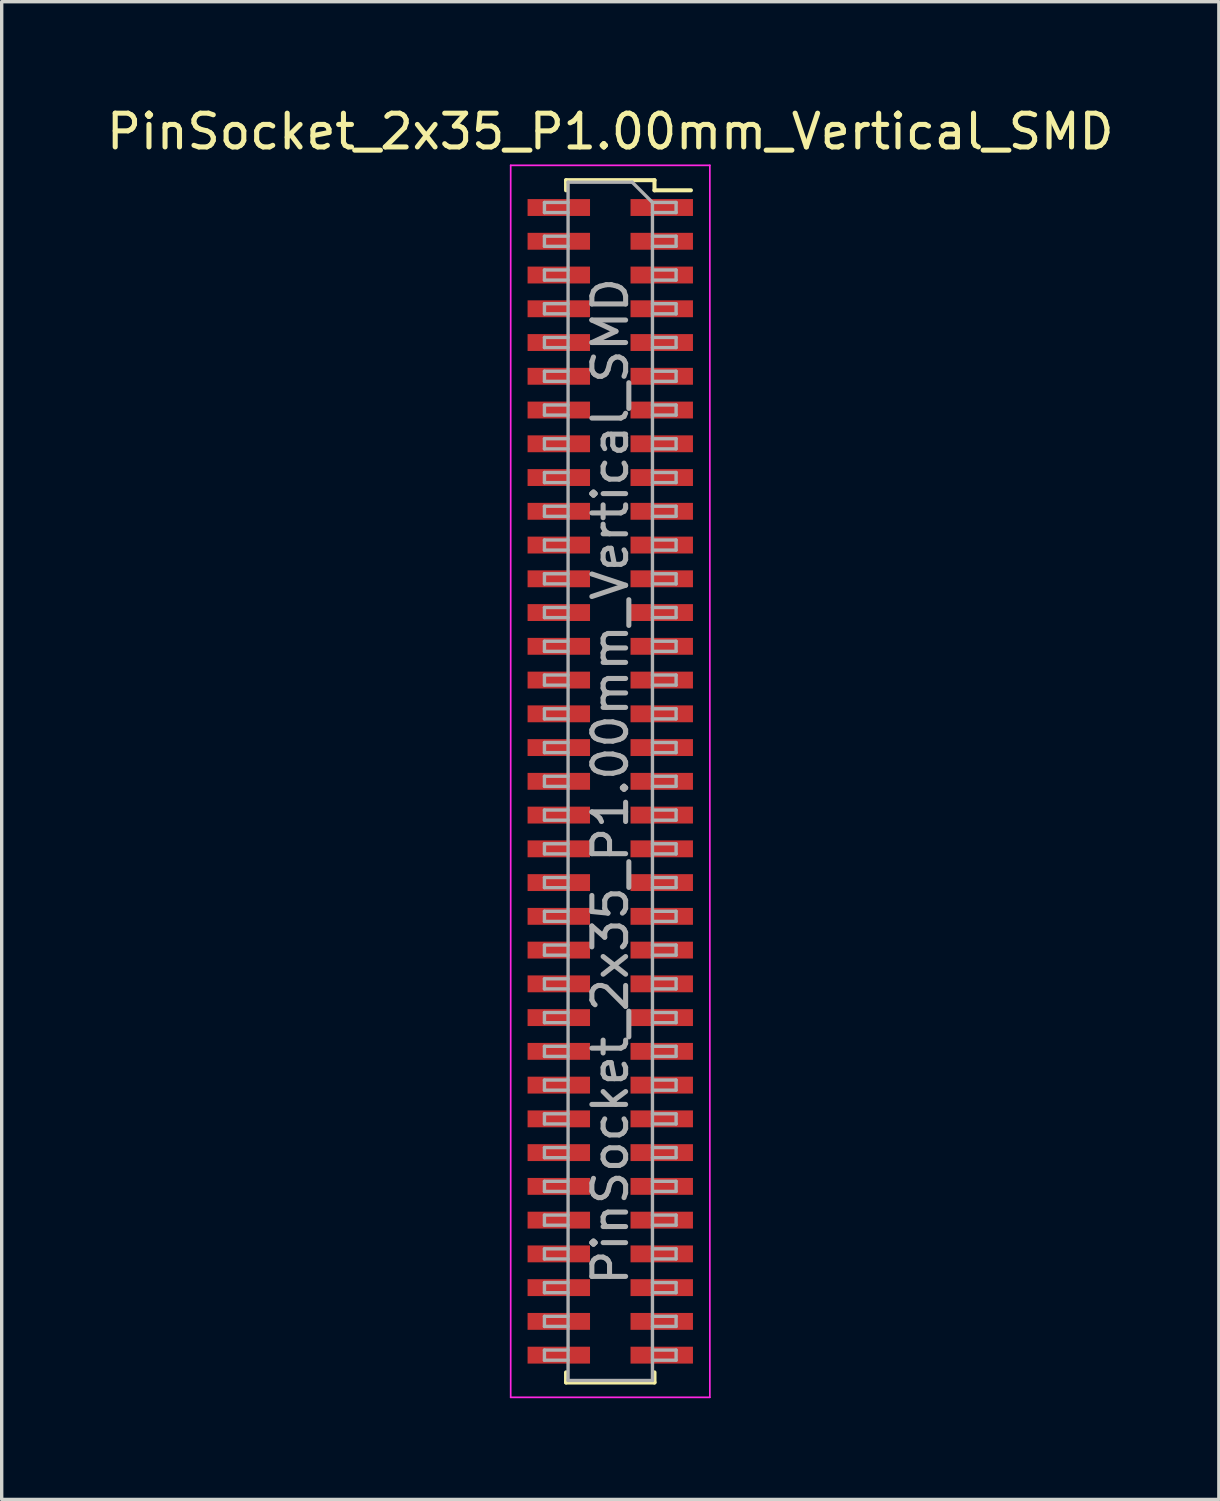
<source format=kicad_pcb>
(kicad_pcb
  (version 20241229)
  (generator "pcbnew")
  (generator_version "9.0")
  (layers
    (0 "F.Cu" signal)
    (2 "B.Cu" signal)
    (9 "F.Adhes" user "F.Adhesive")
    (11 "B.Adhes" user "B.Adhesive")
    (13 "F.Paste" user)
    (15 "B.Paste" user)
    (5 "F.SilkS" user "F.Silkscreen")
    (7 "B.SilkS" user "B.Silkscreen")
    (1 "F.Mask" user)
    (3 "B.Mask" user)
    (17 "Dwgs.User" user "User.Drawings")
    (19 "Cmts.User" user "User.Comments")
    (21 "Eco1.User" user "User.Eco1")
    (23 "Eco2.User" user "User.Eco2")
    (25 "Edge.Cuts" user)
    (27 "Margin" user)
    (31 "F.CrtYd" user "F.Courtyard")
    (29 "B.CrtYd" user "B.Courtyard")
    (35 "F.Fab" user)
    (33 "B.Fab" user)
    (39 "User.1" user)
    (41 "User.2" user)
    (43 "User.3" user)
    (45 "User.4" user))
  (footprint "PinSocket_2x35_P1.00mm_Vertical_SMD"
    (layer "F.Cu")
    (at 15.03 20.098)
    (property "Reference" "PinSocket_2x35_P1.00mm_Vertical_SMD" (at 0 -19.25 0) (layer "F.SilkS") (effects (font (size 1 1) (thickness 0.15))))
    (attr smd)
    (fp_line (start -1.31 -17.81) (end -1.31 -17.51) (stroke (width 0.12) (type solid)) (layer "F.SilkS"))
    (fp_line (start -1.31 -17.81) (end 1.31 -17.81) (stroke (width 0.12) (type solid)) (layer "F.SilkS"))
    (fp_line (start -1.31 17.51) (end -1.31 17.81) (stroke (width 0.12) (type solid)) (layer "F.SilkS"))
    (fp_line (start -1.31 17.81) (end 1.31 17.81) (stroke (width 0.12) (type solid)) (layer "F.SilkS"))
    (fp_line (start 1.31 -17.81) (end 1.31 -17.51) (stroke (width 0.12) (type solid)) (layer "F.SilkS"))
    (fp_line (start 1.31 -17.51) (end 2.39 -17.51) (stroke (width 0.12) (type solid)) (layer "F.SilkS"))
    (fp_line (start 1.31 17.51) (end 1.31 17.81) (stroke (width 0.12) (type solid)) (layer "F.SilkS"))
    (fp_line (start -2.95 -18.25) (end 2.95 -18.25) (stroke (width 0.05) (type solid)) (layer "F.CrtYd"))
    (fp_line (start -2.95 18.25) (end -2.95 -18.25) (stroke (width 0.05) (type solid)) (layer "F.CrtYd"))
    (fp_line (start 2.95 -18.25) (end 2.95 18.25) (stroke (width 0.05) (type solid)) (layer "F.CrtYd"))
    (fp_line (start 2.95 18.25) (end -2.95 18.25) (stroke (width 0.05) (type solid)) (layer "F.CrtYd"))
    (fp_line (start -1.95 -17.15) (end -1.25 -17.15) (stroke (width 0.1) (type solid)) (layer "F.Fab"))
    (fp_line (start -1.95 -16.85) (end -1.95 -17.15) (stroke (width 0.1) (type solid)) (layer "F.Fab"))
    (fp_line (start -1.95 -16.15) (end -1.25 -16.15) (stroke (width 0.1) (type solid)) (layer "F.Fab"))
    (fp_line (start -1.95 -15.85) (end -1.95 -16.15) (stroke (width 0.1) (type solid)) (layer "F.Fab"))
    (fp_line (start -1.95 -15.15) (end -1.25 -15.15) (stroke (width 0.1) (type solid)) (layer "F.Fab"))
    (fp_line (start -1.95 -14.85) (end -1.95 -15.15) (stroke (width 0.1) (type solid)) (layer "F.Fab"))
    (fp_line (start -1.95 -14.15) (end -1.25 -14.15) (stroke (width 0.1) (type solid)) (layer "F.Fab"))
    (fp_line (start -1.95 -13.85) (end -1.95 -14.15) (stroke (width 0.1) (type solid)) (layer "F.Fab"))
    (fp_line (start -1.95 -13.15) (end -1.25 -13.15) (stroke (width 0.1) (type solid)) (layer "F.Fab"))
    (fp_line (start -1.95 -12.85) (end -1.95 -13.15) (stroke (width 0.1) (type solid)) (layer "F.Fab"))
    (fp_line (start -1.95 -12.15) (end -1.25 -12.15) (stroke (width 0.1) (type solid)) (layer "F.Fab"))
    (fp_line (start -1.95 -11.85) (end -1.95 -12.15) (stroke (width 0.1) (type solid)) (layer "F.Fab"))
    (fp_line (start -1.95 -11.15) (end -1.25 -11.15) (stroke (width 0.1) (type solid)) (layer "F.Fab"))
    (fp_line (start -1.95 -10.85) (end -1.95 -11.15) (stroke (width 0.1) (type solid)) (layer "F.Fab"))
    (fp_line (start -1.95 -10.15) (end -1.25 -10.15) (stroke (width 0.1) (type solid)) (layer "F.Fab"))
    (fp_line (start -1.95 -9.85) (end -1.95 -10.15) (stroke (width 0.1) (type solid)) (layer "F.Fab"))
    (fp_line (start -1.95 -9.15) (end -1.25 -9.15) (stroke (width 0.1) (type solid)) (layer "F.Fab"))
    (fp_line (start -1.95 -8.85) (end -1.95 -9.15) (stroke (width 0.1) (type solid)) (layer "F.Fab"))
    (fp_line (start -1.95 -8.15) (end -1.25 -8.15) (stroke (width 0.1) (type solid)) (layer "F.Fab"))
    (fp_line (start -1.95 -7.85) (end -1.95 -8.15) (stroke (width 0.1) (type solid)) (layer "F.Fab"))
    (fp_line (start -1.95 -7.15) (end -1.25 -7.15) (stroke (width 0.1) (type solid)) (layer "F.Fab"))
    (fp_line (start -1.95 -6.85) (end -1.95 -7.15) (stroke (width 0.1) (type solid)) (layer "F.Fab"))
    (fp_line (start -1.95 -6.15) (end -1.25 -6.15) (stroke (width 0.1) (type solid)) (layer "F.Fab"))
    (fp_line (start -1.95 -5.85) (end -1.95 -6.15) (stroke (width 0.1) (type solid)) (layer "F.Fab"))
    (fp_line (start -1.95 -5.15) (end -1.25 -5.15) (stroke (width 0.1) (type solid)) (layer "F.Fab"))
    (fp_line (start -1.95 -4.85) (end -1.95 -5.15) (stroke (width 0.1) (type solid)) (layer "F.Fab"))
    (fp_line (start -1.95 -4.15) (end -1.25 -4.15) (stroke (width 0.1) (type solid)) (layer "F.Fab"))
    (fp_line (start -1.95 -3.85) (end -1.95 -4.15) (stroke (width 0.1) (type solid)) (layer "F.Fab"))
    (fp_line (start -1.95 -3.15) (end -1.25 -3.15) (stroke (width 0.1) (type solid)) (layer "F.Fab"))
    (fp_line (start -1.95 -2.85) (end -1.95 -3.15) (stroke (width 0.1) (type solid)) (layer "F.Fab"))
    (fp_line (start -1.95 -2.15) (end -1.25 -2.15) (stroke (width 0.1) (type solid)) (layer "F.Fab"))
    (fp_line (start -1.95 -1.85) (end -1.95 -2.15) (stroke (width 0.1) (type solid)) (layer "F.Fab"))
    (fp_line (start -1.95 -1.15) (end -1.25 -1.15) (stroke (width 0.1) (type solid)) (layer "F.Fab"))
    (fp_line (start -1.95 -0.85) (end -1.95 -1.15) (stroke (width 0.1) (type solid)) (layer "F.Fab"))
    (fp_line (start -1.95 -0.15) (end -1.25 -0.15) (stroke (width 0.1) (type solid)) (layer "F.Fab"))
    (fp_line (start -1.95 0.15) (end -1.95 -0.15) (stroke (width 0.1) (type solid)) (layer "F.Fab"))
    (fp_line (start -1.95 0.85) (end -1.25 0.85) (stroke (width 0.1) (type solid)) (layer "F.Fab"))
    (fp_line (start -1.95 1.15) (end -1.95 0.85) (stroke (width 0.1) (type solid)) (layer "F.Fab"))
    (fp_line (start -1.95 1.85) (end -1.25 1.85) (stroke (width 0.1) (type solid)) (layer "F.Fab"))
    (fp_line (start -1.95 2.15) (end -1.95 1.85) (stroke (width 0.1) (type solid)) (layer "F.Fab"))
    (fp_line (start -1.95 2.85) (end -1.25 2.85) (stroke (width 0.1) (type solid)) (layer "F.Fab"))
    (fp_line (start -1.95 3.15) (end -1.95 2.85) (stroke (width 0.1) (type solid)) (layer "F.Fab"))
    (fp_line (start -1.95 3.85) (end -1.25 3.85) (stroke (width 0.1) (type solid)) (layer "F.Fab"))
    (fp_line (start -1.95 4.15) (end -1.95 3.85) (stroke (width 0.1) (type solid)) (layer "F.Fab"))
    (fp_line (start -1.95 4.85) (end -1.25 4.85) (stroke (width 0.1) (type solid)) (layer "F.Fab"))
    (fp_line (start -1.95 5.15) (end -1.95 4.85) (stroke (width 0.1) (type solid)) (layer "F.Fab"))
    (fp_line (start -1.95 5.85) (end -1.25 5.85) (stroke (width 0.1) (type solid)) (layer "F.Fab"))
    (fp_line (start -1.95 6.15) (end -1.95 5.85) (stroke (width 0.1) (type solid)) (layer "F.Fab"))
    (fp_line (start -1.95 6.85) (end -1.25 6.85) (stroke (width 0.1) (type solid)) (layer "F.Fab"))
    (fp_line (start -1.95 7.15) (end -1.95 6.85) (stroke (width 0.1) (type solid)) (layer "F.Fab"))
    (fp_line (start -1.95 7.85) (end -1.25 7.85) (stroke (width 0.1) (type solid)) (layer "F.Fab"))
    (fp_line (start -1.95 8.15) (end -1.95 7.85) (stroke (width 0.1) (type solid)) (layer "F.Fab"))
    (fp_line (start -1.95 8.85) (end -1.25 8.85) (stroke (width 0.1) (type solid)) (layer "F.Fab"))
    (fp_line (start -1.95 9.15) (end -1.95 8.85) (stroke (width 0.1) (type solid)) (layer "F.Fab"))
    (fp_line (start -1.95 9.85) (end -1.25 9.85) (stroke (width 0.1) (type solid)) (layer "F.Fab"))
    (fp_line (start -1.95 10.15) (end -1.95 9.85) (stroke (width 0.1) (type solid)) (layer "F.Fab"))
    (fp_line (start -1.95 10.85) (end -1.25 10.85) (stroke (width 0.1) (type solid)) (layer "F.Fab"))
    (fp_line (start -1.95 11.15) (end -1.95 10.85) (stroke (width 0.1) (type solid)) (layer "F.Fab"))
    (fp_line (start -1.95 11.85) (end -1.25 11.85) (stroke (width 0.1) (type solid)) (layer "F.Fab"))
    (fp_line (start -1.95 12.15) (end -1.95 11.85) (stroke (width 0.1) (type solid)) (layer "F.Fab"))
    (fp_line (start -1.95 12.85) (end -1.25 12.85) (stroke (width 0.1) (type solid)) (layer "F.Fab"))
    (fp_line (start -1.95 13.15) (end -1.95 12.85) (stroke (width 0.1) (type solid)) (layer "F.Fab"))
    (fp_line (start -1.95 13.85) (end -1.25 13.85) (stroke (width 0.1) (type solid)) (layer "F.Fab"))
    (fp_line (start -1.95 14.15) (end -1.95 13.85) (stroke (width 0.1) (type solid)) (layer "F.Fab"))
    (fp_line (start -1.95 14.85) (end -1.25 14.85) (stroke (width 0.1) (type solid)) (layer "F.Fab"))
    (fp_line (start -1.95 15.15) (end -1.95 14.85) (stroke (width 0.1) (type solid)) (layer "F.Fab"))
    (fp_line (start -1.95 15.85) (end -1.25 15.85) (stroke (width 0.1) (type solid)) (layer "F.Fab"))
    (fp_line (start -1.95 16.15) (end -1.95 15.85) (stroke (width 0.1) (type solid)) (layer "F.Fab"))
    (fp_line (start -1.95 16.85) (end -1.25 16.85) (stroke (width 0.1) (type solid)) (layer "F.Fab"))
    (fp_line (start -1.95 17.15) (end -1.95 16.85) (stroke (width 0.1) (type solid)) (layer "F.Fab"))
    (fp_line (start -1.25 -17.75) (end 0.65 -17.75) (stroke (width 0.1) (type solid)) (layer "F.Fab"))
    (fp_line (start -1.25 -16.85) (end -1.95 -16.85) (stroke (width 0.1) (type solid)) (layer "F.Fab"))
    (fp_line (start -1.25 -15.85) (end -1.95 -15.85) (stroke (width 0.1) (type solid)) (layer "F.Fab"))
    (fp_line (start -1.25 -14.85) (end -1.95 -14.85) (stroke (width 0.1) (type solid)) (layer "F.Fab"))
    (fp_line (start -1.25 -13.85) (end -1.95 -13.85) (stroke (width 0.1) (type solid)) (layer "F.Fab"))
    (fp_line (start -1.25 -12.85) (end -1.95 -12.85) (stroke (width 0.1) (type solid)) (layer "F.Fab"))
    (fp_line (start -1.25 -11.85) (end -1.95 -11.85) (stroke (width 0.1) (type solid)) (layer "F.Fab"))
    (fp_line (start -1.25 -10.85) (end -1.95 -10.85) (stroke (width 0.1) (type solid)) (layer "F.Fab"))
    (fp_line (start -1.25 -9.85) (end -1.95 -9.85) (stroke (width 0.1) (type solid)) (layer "F.Fab"))
    (fp_line (start -1.25 -8.85) (end -1.95 -8.85) (stroke (width 0.1) (type solid)) (layer "F.Fab"))
    (fp_line (start -1.25 -7.85) (end -1.95 -7.85) (stroke (width 0.1) (type solid)) (layer "F.Fab"))
    (fp_line (start -1.25 -6.85) (end -1.95 -6.85) (stroke (width 0.1) (type solid)) (layer "F.Fab"))
    (fp_line (start -1.25 -5.85) (end -1.95 -5.85) (stroke (width 0.1) (type solid)) (layer "F.Fab"))
    (fp_line (start -1.25 -4.85) (end -1.95 -4.85) (stroke (width 0.1) (type solid)) (layer "F.Fab"))
    (fp_line (start -1.25 -3.85) (end -1.95 -3.85) (stroke (width 0.1) (type solid)) (layer "F.Fab"))
    (fp_line (start -1.25 -2.85) (end -1.95 -2.85) (stroke (width 0.1) (type solid)) (layer "F.Fab"))
    (fp_line (start -1.25 -1.85) (end -1.95 -1.85) (stroke (width 0.1) (type solid)) (layer "F.Fab"))
    (fp_line (start -1.25 -0.85) (end -1.95 -0.85) (stroke (width 0.1) (type solid)) (layer "F.Fab"))
    (fp_line (start -1.25 0.15) (end -1.95 0.15) (stroke (width 0.1) (type solid)) (layer "F.Fab"))
    (fp_line (start -1.25 1.15) (end -1.95 1.15) (stroke (width 0.1) (type solid)) (layer "F.Fab"))
    (fp_line (start -1.25 2.15) (end -1.95 2.15) (stroke (width 0.1) (type solid)) (layer "F.Fab"))
    (fp_line (start -1.25 3.15) (end -1.95 3.15) (stroke (width 0.1) (type solid)) (layer "F.Fab"))
    (fp_line (start -1.25 4.15) (end -1.95 4.15) (stroke (width 0.1) (type solid)) (layer "F.Fab"))
    (fp_line (start -1.25 5.15) (end -1.95 5.15) (stroke (width 0.1) (type solid)) (layer "F.Fab"))
    (fp_line (start -1.25 6.15) (end -1.95 6.15) (stroke (width 0.1) (type solid)) (layer "F.Fab"))
    (fp_line (start -1.25 7.15) (end -1.95 7.15) (stroke (width 0.1) (type solid)) (layer "F.Fab"))
    (fp_line (start -1.25 8.15) (end -1.95 8.15) (stroke (width 0.1) (type solid)) (layer "F.Fab"))
    (fp_line (start -1.25 9.15) (end -1.95 9.15) (stroke (width 0.1) (type solid)) (layer "F.Fab"))
    (fp_line (start -1.25 10.15) (end -1.95 10.15) (stroke (width 0.1) (type solid)) (layer "F.Fab"))
    (fp_line (start -1.25 11.15) (end -1.95 11.15) (stroke (width 0.1) (type solid)) (layer "F.Fab"))
    (fp_line (start -1.25 12.15) (end -1.95 12.15) (stroke (width 0.1) (type solid)) (layer "F.Fab"))
    (fp_line (start -1.25 13.15) (end -1.95 13.15) (stroke (width 0.1) (type solid)) (layer "F.Fab"))
    (fp_line (start -1.25 14.15) (end -1.95 14.15) (stroke (width 0.1) (type solid)) (layer "F.Fab"))
    (fp_line (start -1.25 15.15) (end -1.95 15.15) (stroke (width 0.1) (type solid)) (layer "F.Fab"))
    (fp_line (start -1.25 16.15) (end -1.95 16.15) (stroke (width 0.1) (type solid)) (layer "F.Fab"))
    (fp_line (start -1.25 17.15) (end -1.95 17.15) (stroke (width 0.1) (type solid)) (layer "F.Fab"))
    (fp_line (start -1.25 17.75) (end -1.25 -17.75) (stroke (width 0.1) (type solid)) (layer "F.Fab"))
    (fp_line (start 0.65 -17.75) (end 1.25 -17.15) (stroke (width 0.1) (type solid)) (layer "F.Fab"))
    (fp_line (start 1.25 -17.15) (end 1.25 17.75) (stroke (width 0.1) (type solid)) (layer "F.Fab"))
    (fp_line (start 1.25 -17.15) (end 1.95 -17.15) (stroke (width 0.1) (type solid)) (layer "F.Fab"))
    (fp_line (start 1.25 -16.15) (end 1.95 -16.15) (stroke (width 0.1) (type solid)) (layer "F.Fab"))
    (fp_line (start 1.25 -15.15) (end 1.95 -15.15) (stroke (width 0.1) (type solid)) (layer "F.Fab"))
    (fp_line (start 1.25 -14.15) (end 1.95 -14.15) (stroke (width 0.1) (type solid)) (layer "F.Fab"))
    (fp_line (start 1.25 -13.15) (end 1.95 -13.15) (stroke (width 0.1) (type solid)) (layer "F.Fab"))
    (fp_line (start 1.25 -12.15) (end 1.95 -12.15) (stroke (width 0.1) (type solid)) (layer "F.Fab"))
    (fp_line (start 1.25 -11.15) (end 1.95 -11.15) (stroke (width 0.1) (type solid)) (layer "F.Fab"))
    (fp_line (start 1.25 -10.15) (end 1.95 -10.15) (stroke (width 0.1) (type solid)) (layer "F.Fab"))
    (fp_line (start 1.25 -9.15) (end 1.95 -9.15) (stroke (width 0.1) (type solid)) (layer "F.Fab"))
    (fp_line (start 1.25 -8.15) (end 1.95 -8.15) (stroke (width 0.1) (type solid)) (layer "F.Fab"))
    (fp_line (start 1.25 -7.15) (end 1.95 -7.15) (stroke (width 0.1) (type solid)) (layer "F.Fab"))
    (fp_line (start 1.25 -6.15) (end 1.95 -6.15) (stroke (width 0.1) (type solid)) (layer "F.Fab"))
    (fp_line (start 1.25 -5.15) (end 1.95 -5.15) (stroke (width 0.1) (type solid)) (layer "F.Fab"))
    (fp_line (start 1.25 -4.15) (end 1.95 -4.15) (stroke (width 0.1) (type solid)) (layer "F.Fab"))
    (fp_line (start 1.25 -3.15) (end 1.95 -3.15) (stroke (width 0.1) (type solid)) (layer "F.Fab"))
    (fp_line (start 1.25 -2.15) (end 1.95 -2.15) (stroke (width 0.1) (type solid)) (layer "F.Fab"))
    (fp_line (start 1.25 -1.15) (end 1.95 -1.15) (stroke (width 0.1) (type solid)) (layer "F.Fab"))
    (fp_line (start 1.25 -0.15) (end 1.95 -0.15) (stroke (width 0.1) (type solid)) (layer "F.Fab"))
    (fp_line (start 1.25 0.85) (end 1.95 0.85) (stroke (width 0.1) (type solid)) (layer "F.Fab"))
    (fp_line (start 1.25 1.85) (end 1.95 1.85) (stroke (width 0.1) (type solid)) (layer "F.Fab"))
    (fp_line (start 1.25 2.85) (end 1.95 2.85) (stroke (width 0.1) (type solid)) (layer "F.Fab"))
    (fp_line (start 1.25 3.85) (end 1.95 3.85) (stroke (width 0.1) (type solid)) (layer "F.Fab"))
    (fp_line (start 1.25 4.85) (end 1.95 4.85) (stroke (width 0.1) (type solid)) (layer "F.Fab"))
    (fp_line (start 1.25 5.85) (end 1.95 5.85) (stroke (width 0.1) (type solid)) (layer "F.Fab"))
    (fp_line (start 1.25 6.85) (end 1.95 6.85) (stroke (width 0.1) (type solid)) (layer "F.Fab"))
    (fp_line (start 1.25 7.85) (end 1.95 7.85) (stroke (width 0.1) (type solid)) (layer "F.Fab"))
    (fp_line (start 1.25 8.85) (end 1.95 8.85) (stroke (width 0.1) (type solid)) (layer "F.Fab"))
    (fp_line (start 1.25 9.85) (end 1.95 9.85) (stroke (width 0.1) (type solid)) (layer "F.Fab"))
    (fp_line (start 1.25 10.85) (end 1.95 10.85) (stroke (width 0.1) (type solid)) (layer "F.Fab"))
    (fp_line (start 1.25 11.85) (end 1.95 11.85) (stroke (width 0.1) (type solid)) (layer "F.Fab"))
    (fp_line (start 1.25 12.85) (end 1.95 12.85) (stroke (width 0.1) (type solid)) (layer "F.Fab"))
    (fp_line (start 1.25 13.85) (end 1.95 13.85) (stroke (width 0.1) (type solid)) (layer "F.Fab"))
    (fp_line (start 1.25 14.85) (end 1.95 14.85) (stroke (width 0.1) (type solid)) (layer "F.Fab"))
    (fp_line (start 1.25 15.85) (end 1.95 15.85) (stroke (width 0.1) (type solid)) (layer "F.Fab"))
    (fp_line (start 1.25 16.85) (end 1.95 16.85) (stroke (width 0.1) (type solid)) (layer "F.Fab"))
    (fp_line (start 1.25 17.75) (end -1.25 17.75) (stroke (width 0.1) (type solid)) (layer "F.Fab"))
    (fp_line (start 1.95 -17.15) (end 1.95 -16.85) (stroke (width 0.1) (type solid)) (layer "F.Fab"))
    (fp_line (start 1.95 -16.85) (end 1.25 -16.85) (stroke (width 0.1) (type solid)) (layer "F.Fab"))
    (fp_line (start 1.95 -16.15) (end 1.95 -15.85) (stroke (width 0.1) (type solid)) (layer "F.Fab"))
    (fp_line (start 1.95 -15.85) (end 1.25 -15.85) (stroke (width 0.1) (type solid)) (layer "F.Fab"))
    (fp_line (start 1.95 -15.15) (end 1.95 -14.85) (stroke (width 0.1) (type solid)) (layer "F.Fab"))
    (fp_line (start 1.95 -14.85) (end 1.25 -14.85) (stroke (width 0.1) (type solid)) (layer "F.Fab"))
    (fp_line (start 1.95 -14.15) (end 1.95 -13.85) (stroke (width 0.1) (type solid)) (layer "F.Fab"))
    (fp_line (start 1.95 -13.85) (end 1.25 -13.85) (stroke (width 0.1) (type solid)) (layer "F.Fab"))
    (fp_line (start 1.95 -13.15) (end 1.95 -12.85) (stroke (width 0.1) (type solid)) (layer "F.Fab"))
    (fp_line (start 1.95 -12.85) (end 1.25 -12.85) (stroke (width 0.1) (type solid)) (layer "F.Fab"))
    (fp_line (start 1.95 -12.15) (end 1.95 -11.85) (stroke (width 0.1) (type solid)) (layer "F.Fab"))
    (fp_line (start 1.95 -11.85) (end 1.25 -11.85) (stroke (width 0.1) (type solid)) (layer "F.Fab"))
    (fp_line (start 1.95 -11.15) (end 1.95 -10.85) (stroke (width 0.1) (type solid)) (layer "F.Fab"))
    (fp_line (start 1.95 -10.85) (end 1.25 -10.85) (stroke (width 0.1) (type solid)) (layer "F.Fab"))
    (fp_line (start 1.95 -10.15) (end 1.95 -9.85) (stroke (width 0.1) (type solid)) (layer "F.Fab"))
    (fp_line (start 1.95 -9.85) (end 1.25 -9.85) (stroke (width 0.1) (type solid)) (layer "F.Fab"))
    (fp_line (start 1.95 -9.15) (end 1.95 -8.85) (stroke (width 0.1) (type solid)) (layer "F.Fab"))
    (fp_line (start 1.95 -8.85) (end 1.25 -8.85) (stroke (width 0.1) (type solid)) (layer "F.Fab"))
    (fp_line (start 1.95 -8.15) (end 1.95 -7.85) (stroke (width 0.1) (type solid)) (layer "F.Fab"))
    (fp_line (start 1.95 -7.85) (end 1.25 -7.85) (stroke (width 0.1) (type solid)) (layer "F.Fab"))
    (fp_line (start 1.95 -7.15) (end 1.95 -6.85) (stroke (width 0.1) (type solid)) (layer "F.Fab"))
    (fp_line (start 1.95 -6.85) (end 1.25 -6.85) (stroke (width 0.1) (type solid)) (layer "F.Fab"))
    (fp_line (start 1.95 -6.15) (end 1.95 -5.85) (stroke (width 0.1) (type solid)) (layer "F.Fab"))
    (fp_line (start 1.95 -5.85) (end 1.25 -5.85) (stroke (width 0.1) (type solid)) (layer "F.Fab"))
    (fp_line (start 1.95 -5.15) (end 1.95 -4.85) (stroke (width 0.1) (type solid)) (layer "F.Fab"))
    (fp_line (start 1.95 -4.85) (end 1.25 -4.85) (stroke (width 0.1) (type solid)) (layer "F.Fab"))
    (fp_line (start 1.95 -4.15) (end 1.95 -3.85) (stroke (width 0.1) (type solid)) (layer "F.Fab"))
    (fp_line (start 1.95 -3.85) (end 1.25 -3.85) (stroke (width 0.1) (type solid)) (layer "F.Fab"))
    (fp_line (start 1.95 -3.15) (end 1.95 -2.85) (stroke (width 0.1) (type solid)) (layer "F.Fab"))
    (fp_line (start 1.95 -2.85) (end 1.25 -2.85) (stroke (width 0.1) (type solid)) (layer "F.Fab"))
    (fp_line (start 1.95 -2.15) (end 1.95 -1.85) (stroke (width 0.1) (type solid)) (layer "F.Fab"))
    (fp_line (start 1.95 -1.85) (end 1.25 -1.85) (stroke (width 0.1) (type solid)) (layer "F.Fab"))
    (fp_line (start 1.95 -1.15) (end 1.95 -0.85) (stroke (width 0.1) (type solid)) (layer "F.Fab"))
    (fp_line (start 1.95 -0.85) (end 1.25 -0.85) (stroke (width 0.1) (type solid)) (layer "F.Fab"))
    (fp_line (start 1.95 -0.15) (end 1.95 0.15) (stroke (width 0.1) (type solid)) (layer "F.Fab"))
    (fp_line (start 1.95 0.15) (end 1.25 0.15) (stroke (width 0.1) (type solid)) (layer "F.Fab"))
    (fp_line (start 1.95 0.85) (end 1.95 1.15) (stroke (width 0.1) (type solid)) (layer "F.Fab"))
    (fp_line (start 1.95 1.15) (end 1.25 1.15) (stroke (width 0.1) (type solid)) (layer "F.Fab"))
    (fp_line (start 1.95 1.85) (end 1.95 2.15) (stroke (width 0.1) (type solid)) (layer "F.Fab"))
    (fp_line (start 1.95 2.15) (end 1.25 2.15) (stroke (width 0.1) (type solid)) (layer "F.Fab"))
    (fp_line (start 1.95 2.85) (end 1.95 3.15) (stroke (width 0.1) (type solid)) (layer "F.Fab"))
    (fp_line (start 1.95 3.15) (end 1.25 3.15) (stroke (width 0.1) (type solid)) (layer "F.Fab"))
    (fp_line (start 1.95 3.85) (end 1.95 4.15) (stroke (width 0.1) (type solid)) (layer "F.Fab"))
    (fp_line (start 1.95 4.15) (end 1.25 4.15) (stroke (width 0.1) (type solid)) (layer "F.Fab"))
    (fp_line (start 1.95 4.85) (end 1.95 5.15) (stroke (width 0.1) (type solid)) (layer "F.Fab"))
    (fp_line (start 1.95 5.15) (end 1.25 5.15) (stroke (width 0.1) (type solid)) (layer "F.Fab"))
    (fp_line (start 1.95 5.85) (end 1.95 6.15) (stroke (width 0.1) (type solid)) (layer "F.Fab"))
    (fp_line (start 1.95 6.15) (end 1.25 6.15) (stroke (width 0.1) (type solid)) (layer "F.Fab"))
    (fp_line (start 1.95 6.85) (end 1.95 7.15) (stroke (width 0.1) (type solid)) (layer "F.Fab"))
    (fp_line (start 1.95 7.15) (end 1.25 7.15) (stroke (width 0.1) (type solid)) (layer "F.Fab"))
    (fp_line (start 1.95 7.85) (end 1.95 8.15) (stroke (width 0.1) (type solid)) (layer "F.Fab"))
    (fp_line (start 1.95 8.15) (end 1.25 8.15) (stroke (width 0.1) (type solid)) (layer "F.Fab"))
    (fp_line (start 1.95 8.85) (end 1.95 9.15) (stroke (width 0.1) (type solid)) (layer "F.Fab"))
    (fp_line (start 1.95 9.15) (end 1.25 9.15) (stroke (width 0.1) (type solid)) (layer "F.Fab"))
    (fp_line (start 1.95 9.85) (end 1.95 10.15) (stroke (width 0.1) (type solid)) (layer "F.Fab"))
    (fp_line (start 1.95 10.15) (end 1.25 10.15) (stroke (width 0.1) (type solid)) (layer "F.Fab"))
    (fp_line (start 1.95 10.85) (end 1.95 11.15) (stroke (width 0.1) (type solid)) (layer "F.Fab"))
    (fp_line (start 1.95 11.15) (end 1.25 11.15) (stroke (width 0.1) (type solid)) (layer "F.Fab"))
    (fp_line (start 1.95 11.85) (end 1.95 12.15) (stroke (width 0.1) (type solid)) (layer "F.Fab"))
    (fp_line (start 1.95 12.15) (end 1.25 12.15) (stroke (width 0.1) (type solid)) (layer "F.Fab"))
    (fp_line (start 1.95 12.85) (end 1.95 13.15) (stroke (width 0.1) (type solid)) (layer "F.Fab"))
    (fp_line (start 1.95 13.15) (end 1.25 13.15) (stroke (width 0.1) (type solid)) (layer "F.Fab"))
    (fp_line (start 1.95 13.85) (end 1.95 14.15) (stroke (width 0.1) (type solid)) (layer "F.Fab"))
    (fp_line (start 1.95 14.15) (end 1.25 14.15) (stroke (width 0.1) (type solid)) (layer "F.Fab"))
    (fp_line (start 1.95 14.85) (end 1.95 15.15) (stroke (width 0.1) (type solid)) (layer "F.Fab"))
    (fp_line (start 1.95 15.15) (end 1.25 15.15) (stroke (width 0.1) (type solid)) (layer "F.Fab"))
    (fp_line (start 1.95 15.85) (end 1.95 16.15) (stroke (width 0.1) (type solid)) (layer "F.Fab"))
    (fp_line (start 1.95 16.15) (end 1.25 16.15) (stroke (width 0.1) (type solid)) (layer "F.Fab"))
    (fp_line (start 1.95 16.85) (end 1.95 17.15) (stroke (width 0.1) (type solid)) (layer "F.Fab"))
    (fp_line (start 1.95 17.15) (end 1.25 17.15) (stroke (width 0.1) (type solid)) (layer "F.Fab"))
    (fp_text user "${REFERENCE}" (at 0 0 90) (layer "F.Fab") (effects (font (size 1 1) (thickness 0.15))))
    (pad "1" smd rect (at 1.525 -17) (size 1.85 0.5) (layers "F.Cu" "F.Mask" "F.Paste"))
    (pad "2" smd rect (at -1.525 -17) (size 1.85 0.5) (layers "F.Cu" "F.Mask" "F.Paste"))
    (pad "3" smd rect (at 1.525 -16) (size 1.85 0.5) (layers "F.Cu" "F.Mask" "F.Paste"))
    (pad "4" smd rect (at -1.525 -16) (size 1.85 0.5) (layers "F.Cu" "F.Mask" "F.Paste"))
    (pad "5" smd rect (at 1.525 -15) (size 1.85 0.5) (layers "F.Cu" "F.Mask" "F.Paste"))
    (pad "6" smd rect (at -1.525 -15) (size 1.85 0.5) (layers "F.Cu" "F.Mask" "F.Paste"))
    (pad "7" smd rect (at 1.525 -14) (size 1.85 0.5) (layers "F.Cu" "F.Mask" "F.Paste"))
    (pad "8" smd rect (at -1.525 -14) (size 1.85 0.5) (layers "F.Cu" "F.Mask" "F.Paste"))
    (pad "9" smd rect (at 1.525 -13) (size 1.85 0.5) (layers "F.Cu" "F.Mask" "F.Paste"))
    (pad "10" smd rect (at -1.525 -13) (size 1.85 0.5) (layers "F.Cu" "F.Mask" "F.Paste"))
    (pad "11" smd rect (at 1.525 -12) (size 1.85 0.5) (layers "F.Cu" "F.Mask" "F.Paste"))
    (pad "12" smd rect (at -1.525 -12) (size 1.85 0.5) (layers "F.Cu" "F.Mask" "F.Paste"))
    (pad "13" smd rect (at 1.525 -11) (size 1.85 0.5) (layers "F.Cu" "F.Mask" "F.Paste"))
    (pad "14" smd rect (at -1.525 -11) (size 1.85 0.5) (layers "F.Cu" "F.Mask" "F.Paste"))
    (pad "15" smd rect (at 1.525 -10) (size 1.85 0.5) (layers "F.Cu" "F.Mask" "F.Paste"))
    (pad "16" smd rect (at -1.525 -10) (size 1.85 0.5) (layers "F.Cu" "F.Mask" "F.Paste"))
    (pad "17" smd rect (at 1.525 -9) (size 1.85 0.5) (layers "F.Cu" "F.Mask" "F.Paste"))
    (pad "18" smd rect (at -1.525 -9) (size 1.85 0.5) (layers "F.Cu" "F.Mask" "F.Paste"))
    (pad "19" smd rect (at 1.525 -8) (size 1.85 0.5) (layers "F.Cu" "F.Mask" "F.Paste"))
    (pad "20" smd rect (at -1.525 -8) (size 1.85 0.5) (layers "F.Cu" "F.Mask" "F.Paste"))
    (pad "21" smd rect (at 1.525 -7) (size 1.85 0.5) (layers "F.Cu" "F.Mask" "F.Paste"))
    (pad "22" smd rect (at -1.525 -7) (size 1.85 0.5) (layers "F.Cu" "F.Mask" "F.Paste"))
    (pad "23" smd rect (at 1.525 -6) (size 1.85 0.5) (layers "F.Cu" "F.Mask" "F.Paste"))
    (pad "24" smd rect (at -1.525 -6) (size 1.85 0.5) (layers "F.Cu" "F.Mask" "F.Paste"))
    (pad "25" smd rect (at 1.525 -5) (size 1.85 0.5) (layers "F.Cu" "F.Mask" "F.Paste"))
    (pad "26" smd rect (at -1.525 -5) (size 1.85 0.5) (layers "F.Cu" "F.Mask" "F.Paste"))
    (pad "27" smd rect (at 1.525 -4) (size 1.85 0.5) (layers "F.Cu" "F.Mask" "F.Paste"))
    (pad "28" smd rect (at -1.525 -4) (size 1.85 0.5) (layers "F.Cu" "F.Mask" "F.Paste"))
    (pad "29" smd rect (at 1.525 -3) (size 1.85 0.5) (layers "F.Cu" "F.Mask" "F.Paste"))
    (pad "30" smd rect (at -1.525 -3) (size 1.85 0.5) (layers "F.Cu" "F.Mask" "F.Paste"))
    (pad "31" smd rect (at 1.525 -2) (size 1.85 0.5) (layers "F.Cu" "F.Mask" "F.Paste"))
    (pad "32" smd rect (at -1.525 -2) (size 1.85 0.5) (layers "F.Cu" "F.Mask" "F.Paste"))
    (pad "33" smd rect (at 1.525 -1) (size 1.85 0.5) (layers "F.Cu" "F.Mask" "F.Paste"))
    (pad "34" smd rect (at -1.525 -1) (size 1.85 0.5) (layers "F.Cu" "F.Mask" "F.Paste"))
    (pad "35" smd rect (at 1.525 0) (size 1.85 0.5) (layers "F.Cu" "F.Mask" "F.Paste"))
    (pad "36" smd rect (at -1.525 0) (size 1.85 0.5) (layers "F.Cu" "F.Mask" "F.Paste"))
    (pad "37" smd rect (at 1.525 1) (size 1.85 0.5) (layers "F.Cu" "F.Mask" "F.Paste"))
    (pad "38" smd rect (at -1.525 1) (size 1.85 0.5) (layers "F.Cu" "F.Mask" "F.Paste"))
    (pad "39" smd rect (at 1.525 2) (size 1.85 0.5) (layers "F.Cu" "F.Mask" "F.Paste"))
    (pad "40" smd rect (at -1.525 2) (size 1.85 0.5) (layers "F.Cu" "F.Mask" "F.Paste"))
    (pad "41" smd rect (at 1.525 3) (size 1.85 0.5) (layers "F.Cu" "F.Mask" "F.Paste"))
    (pad "42" smd rect (at -1.525 3) (size 1.85 0.5) (layers "F.Cu" "F.Mask" "F.Paste"))
    (pad "43" smd rect (at 1.525 4) (size 1.85 0.5) (layers "F.Cu" "F.Mask" "F.Paste"))
    (pad "44" smd rect (at -1.525 4) (size 1.85 0.5) (layers "F.Cu" "F.Mask" "F.Paste"))
    (pad "45" smd rect (at 1.525 5) (size 1.85 0.5) (layers "F.Cu" "F.Mask" "F.Paste"))
    (pad "46" smd rect (at -1.525 5) (size 1.85 0.5) (layers "F.Cu" "F.Mask" "F.Paste"))
    (pad "47" smd rect (at 1.525 6) (size 1.85 0.5) (layers "F.Cu" "F.Mask" "F.Paste"))
    (pad "48" smd rect (at -1.525 6) (size 1.85 0.5) (layers "F.Cu" "F.Mask" "F.Paste"))
    (pad "49" smd rect (at 1.525 7) (size 1.85 0.5) (layers "F.Cu" "F.Mask" "F.Paste"))
    (pad "50" smd rect (at -1.525 7) (size 1.85 0.5) (layers "F.Cu" "F.Mask" "F.Paste"))
    (pad "51" smd rect (at 1.525 8) (size 1.85 0.5) (layers "F.Cu" "F.Mask" "F.Paste"))
    (pad "52" smd rect (at -1.525 8) (size 1.85 0.5) (layers "F.Cu" "F.Mask" "F.Paste"))
    (pad "53" smd rect (at 1.525 9) (size 1.85 0.5) (layers "F.Cu" "F.Mask" "F.Paste"))
    (pad "54" smd rect (at -1.525 9) (size 1.85 0.5) (layers "F.Cu" "F.Mask" "F.Paste"))
    (pad "55" smd rect (at 1.525 10) (size 1.85 0.5) (layers "F.Cu" "F.Mask" "F.Paste"))
    (pad "56" smd rect (at -1.525 10) (size 1.85 0.5) (layers "F.Cu" "F.Mask" "F.Paste"))
    (pad "57" smd rect (at 1.525 11) (size 1.85 0.5) (layers "F.Cu" "F.Mask" "F.Paste"))
    (pad "58" smd rect (at -1.525 11) (size 1.85 0.5) (layers "F.Cu" "F.Mask" "F.Paste"))
    (pad "59" smd rect (at 1.525 12) (size 1.85 0.5) (layers "F.Cu" "F.Mask" "F.Paste"))
    (pad "60" smd rect (at -1.525 12) (size 1.85 0.5) (layers "F.Cu" "F.Mask" "F.Paste"))
    (pad "61" smd rect (at 1.525 13) (size 1.85 0.5) (layers "F.Cu" "F.Mask" "F.Paste"))
    (pad "62" smd rect (at -1.525 13) (size 1.85 0.5) (layers "F.Cu" "F.Mask" "F.Paste"))
    (pad "63" smd rect (at 1.525 14) (size 1.85 0.5) (layers "F.Cu" "F.Mask" "F.Paste"))
    (pad "64" smd rect (at -1.525 14) (size 1.85 0.5) (layers "F.Cu" "F.Mask" "F.Paste"))
    (pad "65" smd rect (at 1.525 15) (size 1.85 0.5) (layers "F.Cu" "F.Mask" "F.Paste"))
    (pad "66" smd rect (at -1.525 15) (size 1.85 0.5) (layers "F.Cu" "F.Mask" "F.Paste"))
    (pad "67" smd rect (at 1.525 16) (size 1.85 0.5) (layers "F.Cu" "F.Mask" "F.Paste"))
    (pad "68" smd rect (at -1.525 16) (size 1.85 0.5) (layers "F.Cu" "F.Mask" "F.Paste"))
    (pad "69" smd rect (at 1.525 17) (size 1.85 0.5) (layers "F.Cu" "F.Mask" "F.Paste"))
    (pad "70" smd rect (at -1.525 17) (size 1.85 0.5) (layers "F.Cu" "F.Mask" "F.Paste")))
  (gr_rect
    (start -3 -3)
    (end 33.06 41.373)
    (stroke (width 0.1) (type default))
    (fill no)
    (layer "Edge.Cuts")))
</source>
